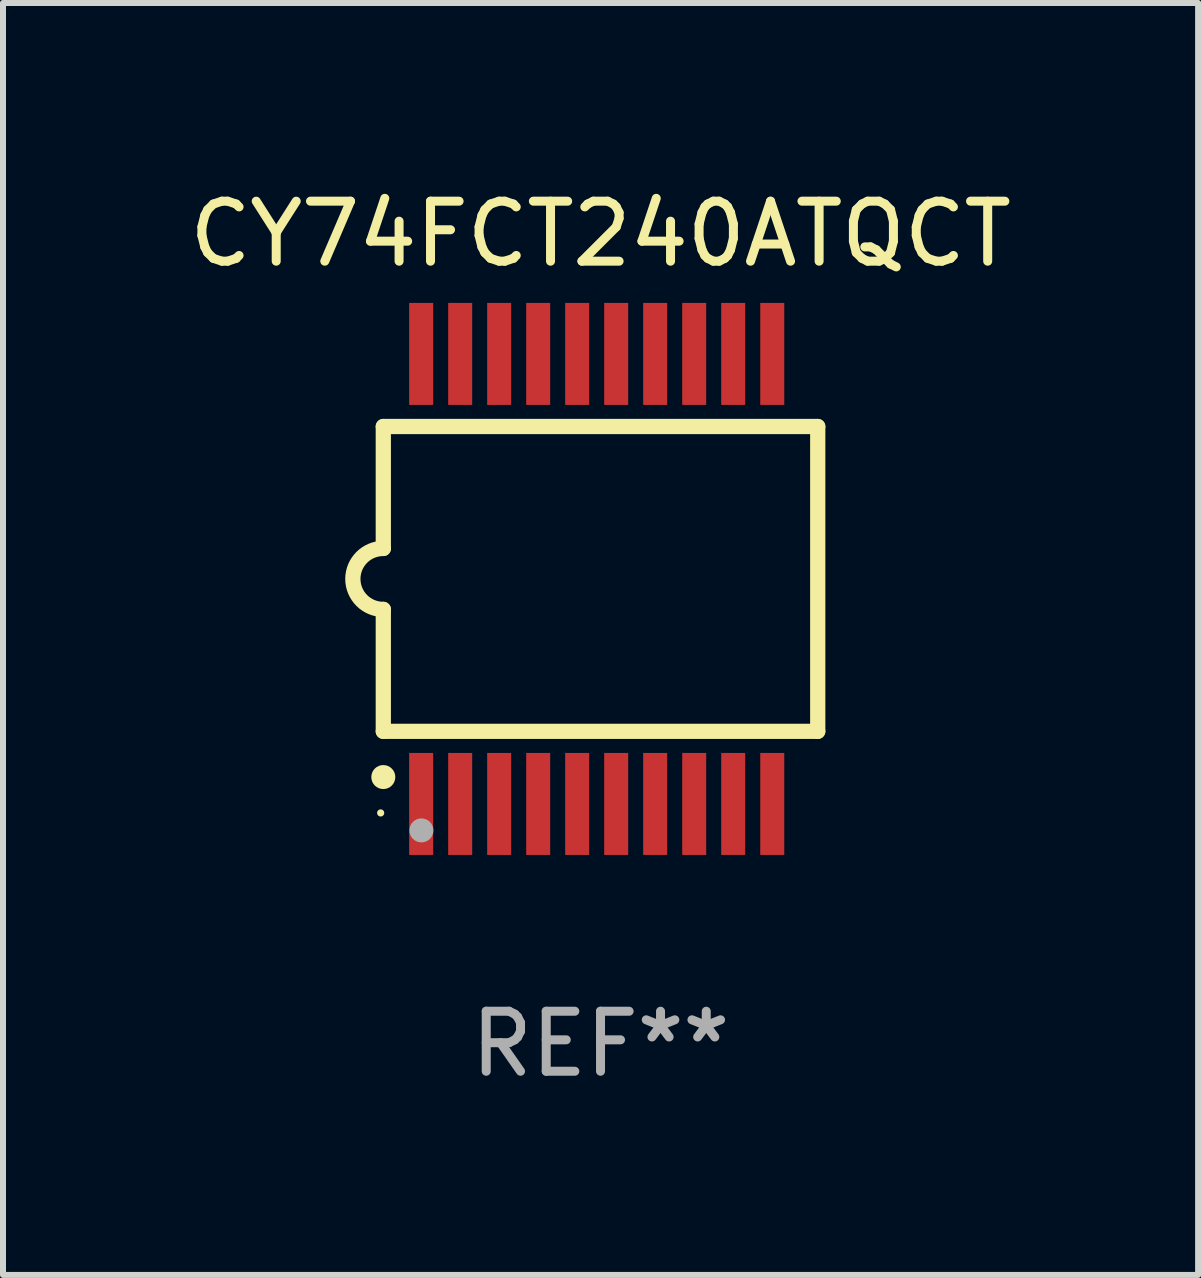
<source format=kicad_pcb>
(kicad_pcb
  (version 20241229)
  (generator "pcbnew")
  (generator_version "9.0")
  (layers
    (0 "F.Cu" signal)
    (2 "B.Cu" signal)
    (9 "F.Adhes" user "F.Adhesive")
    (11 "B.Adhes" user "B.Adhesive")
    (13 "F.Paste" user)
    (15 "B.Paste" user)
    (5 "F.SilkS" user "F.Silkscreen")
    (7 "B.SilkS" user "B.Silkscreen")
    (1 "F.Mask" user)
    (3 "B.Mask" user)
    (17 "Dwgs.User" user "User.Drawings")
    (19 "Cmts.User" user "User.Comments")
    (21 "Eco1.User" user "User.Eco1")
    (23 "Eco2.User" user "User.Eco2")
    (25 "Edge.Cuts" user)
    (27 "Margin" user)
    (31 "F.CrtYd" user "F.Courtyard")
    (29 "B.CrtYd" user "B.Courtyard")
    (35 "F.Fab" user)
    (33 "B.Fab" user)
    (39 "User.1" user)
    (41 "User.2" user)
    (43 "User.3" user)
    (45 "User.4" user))
  (footprint "CY74FCT240ATQCT"
    (layer "F.Cu")
    (at 6.958 6.598)
    (property "Reference" "CY74FCT240ATQCT" (at 0 -5.75 0) (layer "F.SilkS") (effects (font (size 1 1) (thickness 0.15))))
    (attr through_hole)
    (fp_line (start -3.62 -2.54) (end 3.62 -2.54) (stroke (width 0.254) (type solid)) (layer "F.SilkS"))
    (fp_line (start -3.62 -0.508) (end -3.62 -2.54) (stroke (width 0.254) (type solid)) (layer "F.SilkS"))
    (fp_line (start -3.62 2.54) (end -3.62 0.508) (stroke (width 0.254) (type solid)) (layer "F.SilkS"))
    (fp_line (start 3.62 -2.54) (end 3.62 2.54) (stroke (width 0.254) (type solid)) (layer "F.SilkS"))
    (fp_line (start 3.62 2.54) (end -3.62 2.54) (stroke (width 0.254) (type solid)) (layer "F.SilkS"))
    (fp_arc (start -3.619507 0.508052) (mid -4.125607 0.000051) (end -3.619507 -0.50795) (stroke (width 0.254001) (type solid)) (layer "F.SilkS"))
    (fp_circle (center -3.664 3.9) (end -3.634 3.9) (stroke (width 0.06) (type solid)) (fill no) (layer "F.SilkS"))
    (fp_circle (center -3.62 3.302) (end -3.52 3.302) (stroke (width 0.2) (type solid)) (fill no) (layer "F.SilkS"))
    (fp_circle (center -2.985 4.191) (end -2.885 4.191) (stroke (width 0.2) (type solid)) (fill no) (layer "F.Fab"))
    (fp_text user "REF**" (at 0 7.75 0) (layer "F.Fab") (effects (font (size 1 1) (thickness 0.15))))
    (pad "1" smd rect (at -2.989 3.75) (size 0.4 1.7) (layers "F.Cu" "F.Mask" "F.Paste"))
    (pad "2" smd rect (at -2.339 3.75) (size 0.4 1.7) (layers "F.Cu" "F.Mask" "F.Paste"))
    (pad "3" smd rect (at -1.689 3.75) (size 0.4 1.7) (layers "F.Cu" "F.Mask" "F.Paste"))
    (pad "4" smd rect (at -1.039 3.75) (size 0.4 1.7) (layers "F.Cu" "F.Mask" "F.Paste"))
    (pad "5" smd rect (at -0.389 3.75) (size 0.4 1.7) (layers "F.Cu" "F.Mask" "F.Paste"))
    (pad "6" smd rect (at 0.261 3.75) (size 0.4 1.7) (layers "F.Cu" "F.Mask" "F.Paste"))
    (pad "7" smd rect (at 0.911 3.75) (size 0.4 1.7) (layers "F.Cu" "F.Mask" "F.Paste"))
    (pad "8" smd rect (at 1.561 3.75) (size 0.4 1.7) (layers "F.Cu" "F.Mask" "F.Paste"))
    (pad "9" smd rect (at 2.211 3.75) (size 0.4 1.7) (layers "F.Cu" "F.Mask" "F.Paste"))
    (pad "10" smd rect (at 2.862 3.75) (size 0.4 1.7) (layers "F.Cu" "F.Mask" "F.Paste"))
    (pad "11" smd rect (at 2.862 -3.75) (size 0.4 1.7) (layers "F.Cu" "F.Mask" "F.Paste"))
    (pad "12" smd rect (at 2.211 -3.75) (size 0.4 1.7) (layers "F.Cu" "F.Mask" "F.Paste"))
    (pad "13" smd rect (at 1.561 -3.75) (size 0.4 1.7) (layers "F.Cu" "F.Mask" "F.Paste"))
    (pad "14" smd rect (at 0.911 -3.75) (size 0.4 1.7) (layers "F.Cu" "F.Mask" "F.Paste"))
    (pad "15" smd rect (at 0.261 -3.75) (size 0.4 1.7) (layers "F.Cu" "F.Mask" "F.Paste"))
    (pad "16" smd rect (at -0.389 -3.75) (size 0.4 1.7) (layers "F.Cu" "F.Mask" "F.Paste"))
    (pad "17" smd rect (at -1.039 -3.75) (size 0.4 1.7) (layers "F.Cu" "F.Mask" "F.Paste"))
    (pad "18" smd rect (at -1.689 -3.75) (size 0.4 1.7) (layers "F.Cu" "F.Mask" "F.Paste"))
    (pad "19" smd rect (at -2.339 -3.75) (size 0.4 1.7) (layers "F.Cu" "F.Mask" "F.Paste"))
    (pad "20" smd rect (at -2.989 -3.75) (size 0.4 1.7) (layers "F.Cu" "F.Mask" "F.Paste")))
  (gr_rect
    (start -3 -3)
    (end 16.917 18.197)
    (stroke (width 0.1) (type default))
    (fill no)
    (layer "Edge.Cuts")))
</source>
